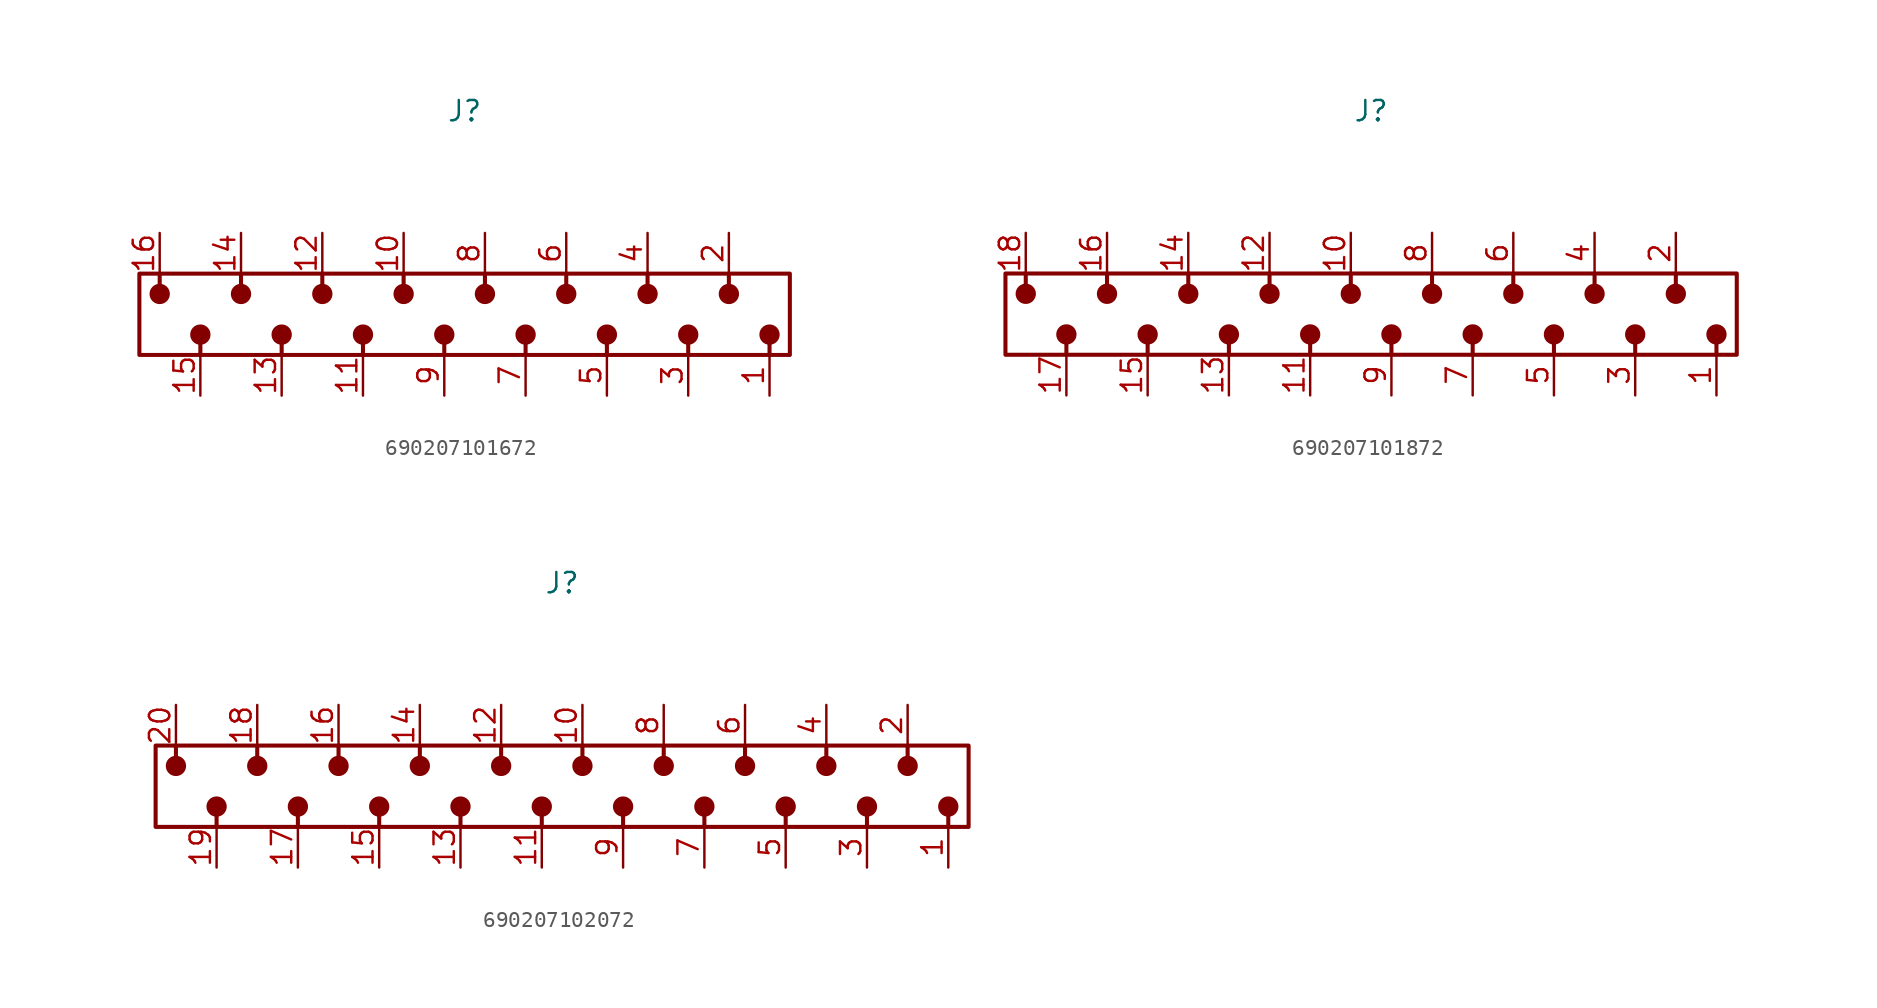
<source format=kicad_sym>
(kicad_symbol_lib
  (version 20241209)
  (generator "kicad_symbol_editor")
  (generator_version "9.0")
  (symbol "690207101672"
    (pin_names
      (hide yes))
    (property "Reference" "J"
      (at 0 12.7 0)
      (effects (font (size 1.27 1.27))))
    (symbol "690207101672_1_1"
      (rectangle (start -20.32 2.54) (end 20.32 -2.54) (stroke (width 0.254) (type solid)) (fill (type none)))
      (polyline (pts (xy -19.05 1.778) (xy -19.05 2.54)) (stroke (width 0.254) (type solid)) (fill (type none)))
      (circle (center -19.05 1.27) (radius 0.508) (stroke (width 0.254) (type solid)) (fill (type outline)))
      (circle (center -16.51 -1.27) (radius 0.508) (stroke (width 0.254) (type solid)) (fill (type outline)))
      (polyline (pts (xy -16.51 -1.778) (xy -16.51 -2.54)) (stroke (width 0.254) (type solid)) (fill (type none)))
      (polyline (pts (xy -13.97 1.778) (xy -13.97 2.54)) (stroke (width 0.254) (type solid)) (fill (type none)))
      (circle (center -13.97 1.27) (radius 0.508) (stroke (width 0.254) (type solid)) (fill (type outline)))
      (circle (center -11.43 -1.27) (radius 0.508) (stroke (width 0.254) (type solid)) (fill (type outline)))
      (polyline (pts (xy -11.43 -1.778) (xy -11.43 -2.54)) (stroke (width 0.254) (type solid)) (fill (type none)))
      (polyline (pts (xy -8.89 1.778) (xy -8.89 2.54)) (stroke (width 0.254) (type solid)) (fill (type none)))
      (circle (center -8.89 1.27) (radius 0.508) (stroke (width 0.254) (type solid)) (fill (type outline)))
      (circle (center -6.35 -1.27) (radius 0.508) (stroke (width 0.254) (type solid)) (fill (type outline)))
      (polyline (pts (xy -6.35 -1.778) (xy -6.35 -2.54)) (stroke (width 0.254) (type solid)) (fill (type none)))
      (polyline (pts (xy -3.81 1.778) (xy -3.81 2.54)) (stroke (width 0.254) (type solid)) (fill (type none)))
      (circle (center -3.81 1.27) (radius 0.508) (stroke (width 0.254) (type solid)) (fill (type outline)))
      (circle (center -1.27 -1.27) (radius 0.508) (stroke (width 0.254) (type solid)) (fill (type outline)))
      (polyline (pts (xy -1.27 -1.778) (xy -1.27 -2.54)) (stroke (width 0.254) (type solid)) (fill (type none)))
      (polyline (pts (xy 1.27 1.778) (xy 1.27 2.54)) (stroke (width 0.254) (type solid)) (fill (type none)))
      (circle (center 1.27 1.27) (radius 0.508) (stroke (width 0.254) (type solid)) (fill (type outline)))
      (circle (center 3.81 -1.27) (radius 0.508) (stroke (width 0.254) (type solid)) (fill (type outline)))
      (polyline (pts (xy 3.81 -1.778) (xy 3.81 -2.54)) (stroke (width 0.254) (type solid)) (fill (type none)))
      (polyline (pts (xy 6.35 1.778) (xy 6.35 2.54)) (stroke (width 0.254) (type solid)) (fill (type none)))
      (circle (center 6.35 1.27) (radius 0.508) (stroke (width 0.254) (type solid)) (fill (type outline)))
      (circle (center 8.89 -1.27) (radius 0.508) (stroke (width 0.254) (type solid)) (fill (type outline)))
      (polyline (pts (xy 8.89 -1.778) (xy 8.89 -2.54)) (stroke (width 0.254) (type solid)) (fill (type none)))
      (polyline (pts (xy 11.43 1.778) (xy 11.43 2.54)) (stroke (width 0.254) (type solid)) (fill (type none)))
      (circle (center 11.43 1.27) (radius 0.508) (stroke (width 0.254) (type solid)) (fill (type outline)))
      (circle (center 13.97 -1.27) (radius 0.508) (stroke (width 0.254) (type solid)) (fill (type outline)))
      (polyline (pts (xy 13.97 -1.778) (xy 13.97 -2.54)) (stroke (width 0.254) (type solid)) (fill (type none)))
      (polyline (pts (xy 16.51 1.778) (xy 16.51 2.54)) (stroke (width 0.254) (type solid)) (fill (type none)))
      (circle (center 16.51 1.27) (radius 0.508) (stroke (width 0.254) (type solid)) (fill (type outline)))
      (circle (center 19.05 -1.27) (radius 0.508) (stroke (width 0.254) (type solid)) (fill (type outline)))
      (polyline (pts (xy 19.05 -1.778) (xy 19.05 -2.54)) (stroke (width 0.254) (type solid)) (fill (type none)))
      (pin passive line (at -19.05 5.08 270) (length 2.54) (name "16" (effects (font (size 1.27 1.27)))) (number "16" (effects (font (size 1.27 1.27)))))
      (pin passive line (at -16.51 -5.08 90) (length 2.54) (name "15" (effects (font (size 1.27 1.27)))) (number "15" (effects (font (size 1.27 1.27)))))
      (pin passive line (at -13.97 5.08 270) (length 2.54) (name "14" (effects (font (size 1.27 1.27)))) (number "14" (effects (font (size 1.27 1.27)))))
      (pin passive line (at -11.43 -5.08 90) (length 2.54) (name "13" (effects (font (size 1.27 1.27)))) (number "13" (effects (font (size 1.27 1.27)))))
      (pin passive line (at -8.89 5.08 270) (length 2.54) (name "12" (effects (font (size 1.27 1.27)))) (number "12" (effects (font (size 1.27 1.27)))))
      (pin passive line (at -6.35 -5.08 90) (length 2.54) (name "11" (effects (font (size 1.27 1.27)))) (number "11" (effects (font (size 1.27 1.27)))))
      (pin passive line (at -3.81 5.08 270) (length 2.54) (name "10" (effects (font (size 1.27 1.27)))) (number "10" (effects (font (size 1.27 1.27)))))
      (pin passive line (at -1.27 -5.08 90) (length 2.54) (name "9" (effects (font (size 1.27 1.27)))) (number "9" (effects (font (size 1.27 1.27)))))
      (pin passive line (at 1.27 5.08 270) (length 2.54) (name "8" (effects (font (size 1.27 1.27)))) (number "8" (effects (font (size 1.27 1.27)))))
      (pin passive line (at 3.81 -5.08 90) (length 2.54) (name "7" (effects (font (size 1.27 1.27)))) (number "7" (effects (font (size 1.27 1.27)))))
      (pin passive line (at 6.35 5.08 270) (length 2.54) (name "6" (effects (font (size 1.27 1.27)))) (number "6" (effects (font (size 1.27 1.27)))))
      (pin passive line (at 8.89 -5.08 90) (length 2.54) (name "5" (effects (font (size 1.27 1.27)))) (number "5" (effects (font (size 1.27 1.27)))))
      (pin passive line (at 11.43 5.08 270) (length 2.54) (name "4" (effects (font (size 1.27 1.27)))) (number "4" (effects (font (size 1.27 1.27)))))
      (pin passive line (at 13.97 -5.08 90) (length 2.54) (name "3" (effects (font (size 1.27 1.27)))) (number "3" (effects (font (size 1.27 1.27)))))
      (pin passive line (at 16.51 5.08 270) (length 2.54) (name "2" (effects (font (size 1.27 1.27)))) (number "2" (effects (font (size 1.27 1.27)))))
      (pin passive line (at 19.05 -5.08 90) (length 2.54) (name "1" (effects (font (size 1.27 1.27)))) (number "1" (effects (font (size 1.27 1.27)))))))
  (symbol "690207101872"
    (pin_names
      (hide yes))
    (property "Reference" "J"
      (at 0 12.7 0)
      (effects (font (size 1.27 1.27))))
    (symbol "690207101872_1_1"
      (rectangle (start -22.86 2.54) (end 22.86 -2.54) (stroke (width 0.254) (type solid)) (fill (type none)))
      (polyline (pts (xy -21.59 1.778) (xy -21.59 2.54)) (stroke (width 0.254) (type solid)) (fill (type none)))
      (circle (center -21.59 1.27) (radius 0.508) (stroke (width 0.254) (type solid)) (fill (type outline)))
      (circle (center -19.05 -1.27) (radius 0.508) (stroke (width 0.254) (type solid)) (fill (type outline)))
      (polyline (pts (xy -19.05 -1.778) (xy -19.05 -2.54)) (stroke (width 0.254) (type solid)) (fill (type none)))
      (polyline (pts (xy -16.51 1.778) (xy -16.51 2.54)) (stroke (width 0.254) (type solid)) (fill (type none)))
      (circle (center -16.51 1.27) (radius 0.508) (stroke (width 0.254) (type solid)) (fill (type outline)))
      (circle (center -13.97 -1.27) (radius 0.508) (stroke (width 0.254) (type solid)) (fill (type outline)))
      (polyline (pts (xy -13.97 -1.778) (xy -13.97 -2.54)) (stroke (width 0.254) (type solid)) (fill (type none)))
      (polyline (pts (xy -11.43 1.778) (xy -11.43 2.54)) (stroke (width 0.254) (type solid)) (fill (type none)))
      (circle (center -11.43 1.27) (radius 0.508) (stroke (width 0.254) (type solid)) (fill (type outline)))
      (circle (center -8.89 -1.27) (radius 0.508) (stroke (width 0.254) (type solid)) (fill (type outline)))
      (polyline (pts (xy -8.89 -1.778) (xy -8.89 -2.54)) (stroke (width 0.254) (type solid)) (fill (type none)))
      (polyline (pts (xy -6.35 1.778) (xy -6.35 2.54)) (stroke (width 0.254) (type solid)) (fill (type none)))
      (circle (center -6.35 1.27) (radius 0.508) (stroke (width 0.254) (type solid)) (fill (type outline)))
      (circle (center -3.81 -1.27) (radius 0.508) (stroke (width 0.254) (type solid)) (fill (type outline)))
      (polyline (pts (xy -3.81 -1.778) (xy -3.81 -2.54)) (stroke (width 0.254) (type solid)) (fill (type none)))
      (polyline (pts (xy -1.27 1.778) (xy -1.27 2.54)) (stroke (width 0.254) (type solid)) (fill (type none)))
      (circle (center -1.27 1.27) (radius 0.508) (stroke (width 0.254) (type solid)) (fill (type outline)))
      (circle (center 1.27 -1.27) (radius 0.508) (stroke (width 0.254) (type solid)) (fill (type outline)))
      (polyline (pts (xy 1.27 -1.778) (xy 1.27 -2.54)) (stroke (width 0.254) (type solid)) (fill (type none)))
      (polyline (pts (xy 3.81 1.778) (xy 3.81 2.54)) (stroke (width 0.254) (type solid)) (fill (type none)))
      (circle (center 3.81 1.27) (radius 0.508) (stroke (width 0.254) (type solid)) (fill (type outline)))
      (circle (center 6.35 -1.27) (radius 0.508) (stroke (width 0.254) (type solid)) (fill (type outline)))
      (polyline (pts (xy 6.35 -1.778) (xy 6.35 -2.54)) (stroke (width 0.254) (type solid)) (fill (type none)))
      (polyline (pts (xy 8.89 1.778) (xy 8.89 2.54)) (stroke (width 0.254) (type solid)) (fill (type none)))
      (circle (center 8.89 1.27) (radius 0.508) (stroke (width 0.254) (type solid)) (fill (type outline)))
      (circle (center 11.43 -1.27) (radius 0.508) (stroke (width 0.254) (type solid)) (fill (type outline)))
      (polyline (pts (xy 11.43 -1.778) (xy 11.43 -2.54)) (stroke (width 0.254) (type solid)) (fill (type none)))
      (polyline (pts (xy 13.97 1.778) (xy 13.97 2.54)) (stroke (width 0.254) (type solid)) (fill (type none)))
      (circle (center 13.97 1.27) (radius 0.508) (stroke (width 0.254) (type solid)) (fill (type outline)))
      (circle (center 16.51 -1.27) (radius 0.508) (stroke (width 0.254) (type solid)) (fill (type outline)))
      (polyline (pts (xy 16.51 -1.778) (xy 16.51 -2.54)) (stroke (width 0.254) (type solid)) (fill (type none)))
      (polyline (pts (xy 19.05 1.778) (xy 19.05 2.54)) (stroke (width 0.254) (type solid)) (fill (type none)))
      (circle (center 19.05 1.27) (radius 0.508) (stroke (width 0.254) (type solid)) (fill (type outline)))
      (circle (center 21.59 -1.27) (radius 0.508) (stroke (width 0.254) (type solid)) (fill (type outline)))
      (polyline (pts (xy 21.59 -1.778) (xy 21.59 -2.54)) (stroke (width 0.254) (type solid)) (fill (type none)))
      (pin passive line (at -21.59 5.08 270) (length 2.54) (name "18" (effects (font (size 1.27 1.27)))) (number "18" (effects (font (size 1.27 1.27)))))
      (pin passive line (at -19.05 -5.08 90) (length 2.54) (name "17" (effects (font (size 1.27 1.27)))) (number "17" (effects (font (size 1.27 1.27)))))
      (pin passive line (at -16.51 5.08 270) (length 2.54) (name "16" (effects (font (size 1.27 1.27)))) (number "16" (effects (font (size 1.27 1.27)))))
      (pin passive line (at -13.97 -5.08 90) (length 2.54) (name "15" (effects (font (size 1.27 1.27)))) (number "15" (effects (font (size 1.27 1.27)))))
      (pin passive line (at -11.43 5.08 270) (length 2.54) (name "14" (effects (font (size 1.27 1.27)))) (number "14" (effects (font (size 1.27 1.27)))))
      (pin passive line (at -8.89 -5.08 90) (length 2.54) (name "13" (effects (font (size 1.27 1.27)))) (number "13" (effects (font (size 1.27 1.27)))))
      (pin passive line (at -6.35 5.08 270) (length 2.54) (name "12" (effects (font (size 1.27 1.27)))) (number "12" (effects (font (size 1.27 1.27)))))
      (pin passive line (at -3.81 -5.08 90) (length 2.54) (name "11" (effects (font (size 1.27 1.27)))) (number "11" (effects (font (size 1.27 1.27)))))
      (pin passive line (at -1.27 5.08 270) (length 2.54) (name "10" (effects (font (size 1.27 1.27)))) (number "10" (effects (font (size 1.27 1.27)))))
      (pin passive line (at 1.27 -5.08 90) (length 2.54) (name "9" (effects (font (size 1.27 1.27)))) (number "9" (effects (font (size 1.27 1.27)))))
      (pin passive line (at 3.81 5.08 270) (length 2.54) (name "8" (effects (font (size 1.27 1.27)))) (number "8" (effects (font (size 1.27 1.27)))))
      (pin passive line (at 6.35 -5.08 90) (length 2.54) (name "7" (effects (font (size 1.27 1.27)))) (number "7" (effects (font (size 1.27 1.27)))))
      (pin passive line (at 8.89 5.08 270) (length 2.54) (name "6" (effects (font (size 1.27 1.27)))) (number "6" (effects (font (size 1.27 1.27)))))
      (pin passive line (at 11.43 -5.08 90) (length 2.54) (name "5" (effects (font (size 1.27 1.27)))) (number "5" (effects (font (size 1.27 1.27)))))
      (pin passive line (at 13.97 5.08 270) (length 2.54) (name "4" (effects (font (size 1.27 1.27)))) (number "4" (effects (font (size 1.27 1.27)))))
      (pin passive line (at 16.51 -5.08 90) (length 2.54) (name "3" (effects (font (size 1.27 1.27)))) (number "3" (effects (font (size 1.27 1.27)))))
      (pin passive line (at 19.05 5.08 270) (length 2.54) (name "2" (effects (font (size 1.27 1.27)))) (number "2" (effects (font (size 1.27 1.27)))))
      (pin passive line (at 21.59 -5.08 90) (length 2.54) (name "1" (effects (font (size 1.27 1.27)))) (number "1" (effects (font (size 1.27 1.27)))))))
  (symbol "690207102072"
    (pin_names
      (hide yes))
    (property "Reference" "J"
      (at 0 12.7 0)
      (effects (font (size 1.27 1.27))))
    (symbol "690207102072_1_1"
      (rectangle (start -25.4 2.54) (end 25.4 -2.54) (stroke (width 0.254) (type solid)) (fill (type none)))
      (polyline (pts (xy -24.13 1.778) (xy -24.13 2.54)) (stroke (width 0.254) (type solid)) (fill (type none)))
      (circle (center -24.13 1.27) (radius 0.508) (stroke (width 0.254) (type solid)) (fill (type outline)))
      (circle (center -21.59 -1.27) (radius 0.508) (stroke (width 0.254) (type solid)) (fill (type outline)))
      (polyline (pts (xy -21.59 -1.778) (xy -21.59 -2.54)) (stroke (width 0.254) (type solid)) (fill (type none)))
      (polyline (pts (xy -19.05 1.778) (xy -19.05 2.54)) (stroke (width 0.254) (type solid)) (fill (type none)))
      (circle (center -19.05 1.27) (radius 0.508) (stroke (width 0.254) (type solid)) (fill (type outline)))
      (circle (center -16.51 -1.27) (radius 0.508) (stroke (width 0.254) (type solid)) (fill (type outline)))
      (polyline (pts (xy -16.51 -1.778) (xy -16.51 -2.54)) (stroke (width 0.254) (type solid)) (fill (type none)))
      (polyline (pts (xy -13.97 1.778) (xy -13.97 2.54)) (stroke (width 0.254) (type solid)) (fill (type none)))
      (circle (center -13.97 1.27) (radius 0.508) (stroke (width 0.254) (type solid)) (fill (type outline)))
      (circle (center -11.43 -1.27) (radius 0.508) (stroke (width 0.254) (type solid)) (fill (type outline)))
      (polyline (pts (xy -11.43 -1.778) (xy -11.43 -2.54)) (stroke (width 0.254) (type solid)) (fill (type none)))
      (polyline (pts (xy -8.89 1.778) (xy -8.89 2.54)) (stroke (width 0.254) (type solid)) (fill (type none)))
      (circle (center -8.89 1.27) (radius 0.508) (stroke (width 0.254) (type solid)) (fill (type outline)))
      (circle (center -6.35 -1.27) (radius 0.508) (stroke (width 0.254) (type solid)) (fill (type outline)))
      (polyline (pts (xy -6.35 -1.778) (xy -6.35 -2.54)) (stroke (width 0.254) (type solid)) (fill (type none)))
      (polyline (pts (xy -3.81 1.778) (xy -3.81 2.54)) (stroke (width 0.254) (type solid)) (fill (type none)))
      (circle (center -3.81 1.27) (radius 0.508) (stroke (width 0.254) (type solid)) (fill (type outline)))
      (circle (center -1.27 -1.27) (radius 0.508) (stroke (width 0.254) (type solid)) (fill (type outline)))
      (polyline (pts (xy -1.27 -1.778) (xy -1.27 -2.54)) (stroke (width 0.254) (type solid)) (fill (type none)))
      (polyline (pts (xy 1.27 1.778) (xy 1.27 2.54)) (stroke (width 0.254) (type solid)) (fill (type none)))
      (circle (center 1.27 1.27) (radius 0.508) (stroke (width 0.254) (type solid)) (fill (type outline)))
      (circle (center 3.81 -1.27) (radius 0.508) (stroke (width 0.254) (type solid)) (fill (type outline)))
      (polyline (pts (xy 3.81 -1.778) (xy 3.81 -2.54)) (stroke (width 0.254) (type solid)) (fill (type none)))
      (polyline (pts (xy 6.35 1.778) (xy 6.35 2.54)) (stroke (width 0.254) (type solid)) (fill (type none)))
      (circle (center 6.35 1.27) (radius 0.508) (stroke (width 0.254) (type solid)) (fill (type outline)))
      (circle (center 8.89 -1.27) (radius 0.508) (stroke (width 0.254) (type solid)) (fill (type outline)))
      (polyline (pts (xy 8.89 -1.778) (xy 8.89 -2.54)) (stroke (width 0.254) (type solid)) (fill (type none)))
      (polyline (pts (xy 11.43 1.778) (xy 11.43 2.54)) (stroke (width 0.254) (type solid)) (fill (type none)))
      (circle (center 11.43 1.27) (radius 0.508) (stroke (width 0.254) (type solid)) (fill (type outline)))
      (circle (center 13.97 -1.27) (radius 0.508) (stroke (width 0.254) (type solid)) (fill (type outline)))
      (polyline (pts (xy 13.97 -1.778) (xy 13.97 -2.54)) (stroke (width 0.254) (type solid)) (fill (type none)))
      (polyline (pts (xy 16.51 1.778) (xy 16.51 2.54)) (stroke (width 0.254) (type solid)) (fill (type none)))
      (circle (center 16.51 1.27) (radius 0.508) (stroke (width 0.254) (type solid)) (fill (type outline)))
      (circle (center 19.05 -1.27) (radius 0.508) (stroke (width 0.254) (type solid)) (fill (type outline)))
      (polyline (pts (xy 19.05 -1.778) (xy 19.05 -2.54)) (stroke (width 0.254) (type solid)) (fill (type none)))
      (polyline (pts (xy 21.59 1.778) (xy 21.59 2.54)) (stroke (width 0.254) (type solid)) (fill (type none)))
      (circle (center 21.59 1.27) (radius 0.508) (stroke (width 0.254) (type solid)) (fill (type outline)))
      (circle (center 24.13 -1.27) (radius 0.508) (stroke (width 0.254) (type solid)) (fill (type outline)))
      (polyline (pts (xy 24.13 -1.778) (xy 24.13 -2.54)) (stroke (width 0.254) (type solid)) (fill (type none)))
      (pin passive line (at -24.13 5.08 270) (length 2.54) (name "20" (effects (font (size 1.27 1.27)))) (number "20" (effects (font (size 1.27 1.27)))))
      (pin passive line (at -21.59 -5.08 90) (length 2.54) (name "19" (effects (font (size 1.27 1.27)))) (number "19" (effects (font (size 1.27 1.27)))))
      (pin passive line (at -19.05 5.08 270) (length 2.54) (name "18" (effects (font (size 1.27 1.27)))) (number "18" (effects (font (size 1.27 1.27)))))
      (pin passive line (at -16.51 -5.08 90) (length 2.54) (name "17" (effects (font (size 1.27 1.27)))) (number "17" (effects (font (size 1.27 1.27)))))
      (pin passive line (at -13.97 5.08 270) (length 2.54) (name "16" (effects (font (size 1.27 1.27)))) (number "16" (effects (font (size 1.27 1.27)))))
      (pin passive line (at -11.43 -5.08 90) (length 2.54) (name "15" (effects (font (size 1.27 1.27)))) (number "15" (effects (font (size 1.27 1.27)))))
      (pin passive line (at -8.89 5.08 270) (length 2.54) (name "14" (effects (font (size 1.27 1.27)))) (number "14" (effects (font (size 1.27 1.27)))))
      (pin passive line (at -6.35 -5.08 90) (length 2.54) (name "13" (effects (font (size 1.27 1.27)))) (number "13" (effects (font (size 1.27 1.27)))))
      (pin passive line (at -3.81 5.08 270) (length 2.54) (name "12" (effects (font (size 1.27 1.27)))) (number "12" (effects (font (size 1.27 1.27)))))
      (pin passive line (at -1.27 -5.08 90) (length 2.54) (name "11" (effects (font (size 1.27 1.27)))) (number "11" (effects (font (size 1.27 1.27)))))
      (pin passive line (at 1.27 5.08 270) (length 2.54) (name "10" (effects (font (size 1.27 1.27)))) (number "10" (effects (font (size 1.27 1.27)))))
      (pin passive line (at 3.81 -5.08 90) (length 2.54) (name "9" (effects (font (size 1.27 1.27)))) (number "9" (effects (font (size 1.27 1.27)))))
      (pin passive line (at 6.35 5.08 270) (length 2.54) (name "8" (effects (font (size 1.27 1.27)))) (number "8" (effects (font (size 1.27 1.27)))))
      (pin passive line (at 8.89 -5.08 90) (length 2.54) (name "7" (effects (font (size 1.27 1.27)))) (number "7" (effects (font (size 1.27 1.27)))))
      (pin passive line (at 11.43 5.08 270) (length 2.54) (name "6" (effects (font (size 1.27 1.27)))) (number "6" (effects (font (size 1.27 1.27)))))
      (pin passive line (at 13.97 -5.08 90) (length 2.54) (name "5" (effects (font (size 1.27 1.27)))) (number "5" (effects (font (size 1.27 1.27)))))
      (pin passive line (at 16.51 5.08 270) (length 2.54) (name "4" (effects (font (size 1.27 1.27)))) (number "4" (effects (font (size 1.27 1.27)))))
      (pin passive line (at 19.05 -5.08 90) (length 2.54) (name "3" (effects (font (size 1.27 1.27)))) (number "3" (effects (font (size 1.27 1.27)))))
      (pin passive line (at 21.59 5.08 270) (length 2.54) (name "2" (effects (font (size 1.27 1.27)))) (number "2" (effects (font (size 1.27 1.27)))))
      (pin passive line (at 24.13 -5.08 90) (length 2.54) (name "1" (effects (font (size 1.27 1.27)))) (number "1" (effects (font (size 1.27 1.27))))))))
</source>
